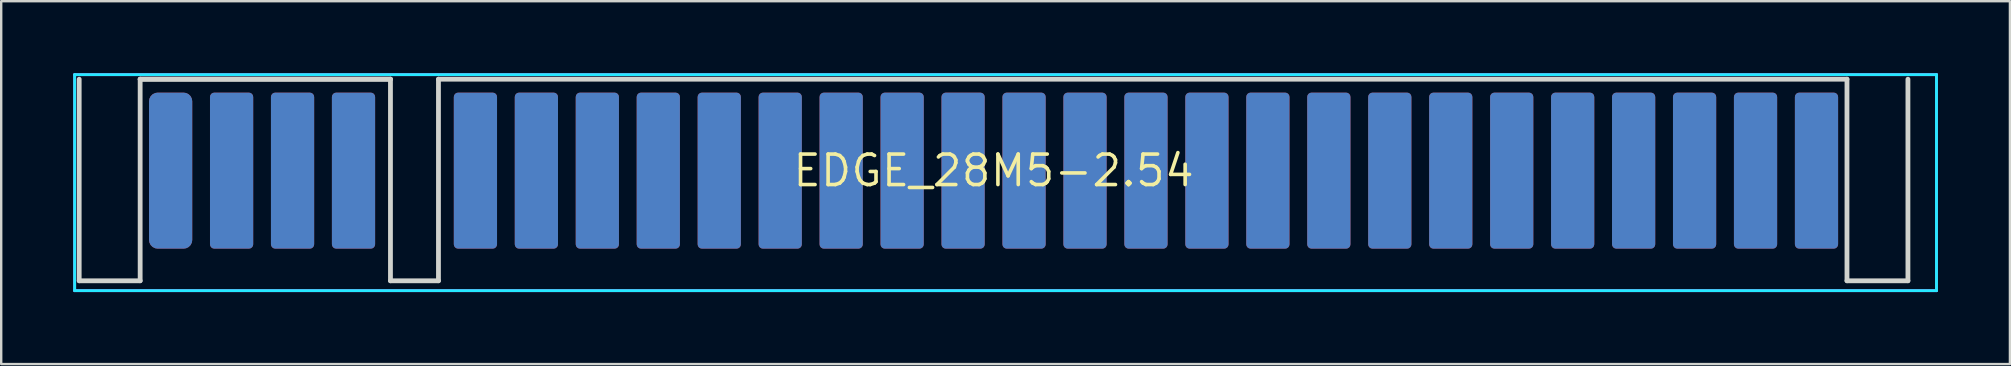
<source format=kicad_pcb>
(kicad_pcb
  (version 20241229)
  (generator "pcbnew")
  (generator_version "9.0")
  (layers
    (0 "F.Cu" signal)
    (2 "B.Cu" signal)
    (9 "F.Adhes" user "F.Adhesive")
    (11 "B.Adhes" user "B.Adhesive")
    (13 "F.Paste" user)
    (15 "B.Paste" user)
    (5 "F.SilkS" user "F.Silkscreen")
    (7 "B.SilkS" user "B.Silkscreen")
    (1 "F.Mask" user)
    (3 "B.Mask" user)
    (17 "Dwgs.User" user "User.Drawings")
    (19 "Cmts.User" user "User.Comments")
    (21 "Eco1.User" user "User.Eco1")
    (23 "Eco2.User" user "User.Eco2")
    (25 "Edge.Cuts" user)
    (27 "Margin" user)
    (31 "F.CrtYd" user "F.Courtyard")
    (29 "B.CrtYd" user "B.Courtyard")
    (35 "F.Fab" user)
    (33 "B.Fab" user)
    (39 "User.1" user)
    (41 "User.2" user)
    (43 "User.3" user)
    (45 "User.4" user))
  (footprint "EDGE_28M5-2.54"
    (layer "F.Cu")
    (at 38.35 4.06)
    (property "Reference" "EDGE_28M5-2.54" (at 0 0 0) (layer "F.SilkS") (effects (font (size 1.27 1.27) (thickness 0.15))))
    (attr through_hole)
    (fp_line (start -38.1 -3.81) (end -38.1 4.59) (stroke (width 0.2) (type solid)) (layer "Edge.Cuts"))
    (fp_line (start -38.1 4.59) (end -35.56 4.59) (stroke (width 0.2) (type solid)) (layer "Edge.Cuts"))
    (fp_line (start -35.56 -3.81) (end -25.13 -3.81) (stroke (width 0.2) (type solid)) (layer "Edge.Cuts"))
    (fp_line (start -35.56 -3.81) (end -25.13 -3.81) (stroke (width 0.2) (type solid)) (layer "Edge.Cuts"))
    (fp_line (start -35.56 4.59) (end -35.56 -3.81) (stroke (width 0.2) (type solid)) (layer "Edge.Cuts"))
    (fp_line (start -25.13 -3.81) (end -25.13 4.59) (stroke (width 0.2) (type solid)) (layer "Edge.Cuts"))
    (fp_line (start -25.13 4.59) (end -23.13 4.59) (stroke (width 0.2) (type solid)) (layer "Edge.Cuts"))
    (fp_line (start -23.13 -3.81) (end 35.56 -3.81) (stroke (width 0.2) (type solid)) (layer "Edge.Cuts"))
    (fp_line (start -23.13 4.59) (end -23.13 -3.81) (stroke (width 0.2) (type solid)) (layer "Edge.Cuts"))
    (fp_line (start 35.56 -3.81) (end 35.56 4.59) (stroke (width 0.2) (type solid)) (layer "Edge.Cuts"))
    (fp_line (start 35.56 4.59) (end 38.1 4.59) (stroke (width 0.2) (type solid)) (layer "Edge.Cuts"))
    (fp_line (start 38.1 4.59) (end 38.1 -3.81) (stroke (width 0.2) (type solid)) (layer "Edge.Cuts"))
    (fp_line (start -38.29 -4) (end 39.29 -4) (stroke (width 0.12) (type solid)) (layer "B.CrtYd"))
    (fp_line (start -38.29 5) (end -38.29 -4) (stroke (width 0.12) (type solid)) (layer "B.CrtYd"))
    (fp_line (start 39.29 -4) (end 39.29 5) (stroke (width 0.12) (type solid)) (layer "B.CrtYd"))
    (fp_line (start 39.29 5) (end -38.29 5) (stroke (width 0.12) (type solid)) (layer "B.CrtYd"))
    (fp_line (start -38.29 -4) (end 39.29 -4) (stroke (width 0.12) (type solid)) (layer "F.CrtYd"))
    (fp_line (start -38.29 5) (end -38.29 -4) (stroke (width 0.12) (type solid)) (layer "F.CrtYd"))
    (fp_line (start 39.29 -4) (end 39.29 5) (stroke (width 0.12) (type solid)) (layer "F.CrtYd"))
    (fp_line (start 39.29 5) (end -38.29 5) (stroke (width 0.12) (type solid)) (layer "F.CrtYd"))
    (pad "A1" smd roundrect (at -34.29 0) (size 1.8 6.5) (layers "B.Cu" "B.Mask" "B.Paste") (roundrect_rratio 0.2))
    (pad "A2" smd roundrect (at -31.75 0) (size 1.8 6.5) (layers "B.Cu" "B.Mask" "B.Paste") (roundrect_rratio 0.1))
    (pad "A3" smd roundrect (at -29.21 0) (size 1.8 6.5) (layers "B.Cu" "B.Mask" "B.Paste") (roundrect_rratio 0.1))
    (pad "A4" smd roundrect (at -26.67 0) (size 1.8 6.5) (layers "B.Cu" "B.Mask" "B.Paste") (roundrect_rratio 0.1))
    (pad "A6" smd roundrect (at -21.59 0) (size 1.8 6.5) (layers "B.Cu" "B.Mask" "B.Paste") (roundrect_rratio 0.1))
    (pad "A7" smd roundrect (at -19.05 0) (size 1.8 6.5) (layers "B.Cu" "B.Mask" "B.Paste") (roundrect_rratio 0.1))
    (pad "A8" smd roundrect (at -16.51 0) (size 1.8 6.5) (layers "B.Cu" "B.Mask" "B.Paste") (roundrect_rratio 0.1))
    (pad "A9" smd roundrect (at -13.97 0) (size 1.8 6.5) (layers "B.Cu" "B.Mask" "B.Paste") (roundrect_rratio 0.1))
    (pad "A10" smd roundrect (at -11.43 0) (size 1.8 6.5) (layers "B.Cu" "B.Mask" "B.Paste") (roundrect_rratio 0.1))
    (pad "A11" smd roundrect (at -8.89 0) (size 1.8 6.5) (layers "B.Cu" "B.Mask" "B.Paste") (roundrect_rratio 0.1))
    (pad "A12" smd roundrect (at -6.35 0) (size 1.8 6.5) (layers "B.Cu" "B.Mask" "B.Paste") (roundrect_rratio 0.1))
    (pad "A13" smd roundrect (at -3.81 0) (size 1.8 6.5) (layers "B.Cu" "B.Mask" "B.Paste") (roundrect_rratio 0.1))
    (pad "A14" smd roundrect (at -1.27 0) (size 1.8 6.5) (layers "B.Cu" "B.Mask" "B.Paste") (roundrect_rratio 0.1))
    (pad "A15" smd roundrect (at 1.27 0) (size 1.8 6.5) (layers "B.Cu" "B.Mask" "B.Paste") (roundrect_rratio 0.1))
    (pad "A16" smd roundrect (at 3.81 0) (size 1.8 6.5) (layers "B.Cu" "B.Mask" "B.Paste") (roundrect_rratio 0.1))
    (pad "A17" smd roundrect (at 6.35 0) (size 1.8 6.5) (layers "B.Cu" "B.Mask" "B.Paste") (roundrect_rratio 0.1))
    (pad "A18" smd roundrect (at 8.89 0) (size 1.8 6.5) (layers "B.Cu" "B.Mask" "B.Paste") (roundrect_rratio 0.1))
    (pad "A19" smd roundrect (at 11.43 0) (size 1.8 6.5) (layers "B.Cu" "B.Mask" "B.Paste") (roundrect_rratio 0.1))
    (pad "A20" smd roundrect (at 13.97 0) (size 1.8 6.5) (layers "B.Cu" "B.Mask" "B.Paste") (roundrect_rratio 0.1))
    (pad "A21" smd roundrect (at 16.51 0) (size 1.8 6.5) (layers "B.Cu" "B.Mask" "B.Paste") (roundrect_rratio 0.1))
    (pad "A22" smd roundrect (at 19.05 0) (size 1.8 6.5) (layers "B.Cu" "B.Mask" "B.Paste") (roundrect_rratio 0.1))
    (pad "A23" smd roundrect (at 21.59 0) (size 1.8 6.5) (layers "B.Cu" "B.Mask" "B.Paste") (roundrect_rratio 0.1))
    (pad "A24" smd roundrect (at 24.13 0) (size 1.8 6.5) (layers "B.Cu" "B.Mask" "B.Paste") (roundrect_rratio 0.1))
    (pad "A25" smd roundrect (at 26.67 0) (size 1.8 6.5) (layers "B.Cu" "B.Mask" "B.Paste") (roundrect_rratio 0.1))
    (pad "A26" smd roundrect (at 29.21 0) (size 1.8 6.5) (layers "B.Cu" "B.Mask" "B.Paste") (roundrect_rratio 0.1))
    (pad "A27" smd roundrect (at 31.75 0) (size 1.8 6.5) (layers "B.Cu" "B.Mask" "B.Paste") (roundrect_rratio 0.1))
    (pad "A28" smd roundrect (at 34.29 0) (size 1.8 6.5) (layers "B.Cu" "B.Mask" "B.Paste") (roundrect_rratio 0.1))
    (pad "B1" smd roundrect (at -34.29 0) (size 1.8 6.5) (layers "F.Cu" "F.Mask" "F.Paste") (roundrect_rratio 0.2))
    (pad "B2" smd roundrect (at -31.75 0) (size 1.8 6.5) (layers "F.Cu" "F.Mask" "F.Paste") (roundrect_rratio 0.1))
    (pad "B3" smd roundrect (at -29.21 0) (size 1.8 6.5) (layers "F.Cu" "F.Mask" "F.Paste") (roundrect_rratio 0.1))
    (pad "B4" smd roundrect (at -26.67 0) (size 1.8 6.5) (layers "F.Cu" "F.Mask" "F.Paste") (roundrect_rratio 0.1))
    (pad "B6" smd roundrect (at -21.59 0) (size 1.8 6.5) (layers "F.Cu" "F.Mask" "F.Paste") (roundrect_rratio 0.1))
    (pad "B7" smd roundrect (at -19.05 0) (size 1.8 6.5) (layers "F.Cu" "F.Mask" "F.Paste") (roundrect_rratio 0.1))
    (pad "B8" smd roundrect (at -16.51 0) (size 1.8 6.5) (layers "F.Cu" "F.Mask" "F.Paste") (roundrect_rratio 0.1))
    (pad "B9" smd roundrect (at -13.97 0) (size 1.8 6.5) (layers "F.Cu" "F.Mask" "F.Paste") (roundrect_rratio 0.1))
    (pad "B10" smd roundrect (at -11.43 0) (size 1.8 6.5) (layers "F.Cu" "F.Mask" "F.Paste") (roundrect_rratio 0.1))
    (pad "B11" smd roundrect (at -8.89 0) (size 1.8 6.5) (layers "F.Cu" "F.Mask" "F.Paste") (roundrect_rratio 0.1))
    (pad "B12" smd roundrect (at -6.35 0) (size 1.8 6.5) (layers "F.Cu" "F.Mask" "F.Paste") (roundrect_rratio 0.1))
    (pad "B13" smd roundrect (at -3.81 0) (size 1.8 6.5) (layers "F.Cu" "F.Mask" "F.Paste") (roundrect_rratio 0.1))
    (pad "B14" smd roundrect (at -1.27 0) (size 1.8 6.5) (layers "F.Cu" "F.Mask" "F.Paste") (roundrect_rratio 0.1))
    (pad "B15" smd roundrect (at 1.27 0) (size 1.8 6.5) (layers "F.Cu" "F.Mask" "F.Paste") (roundrect_rratio 0.1))
    (pad "B16" smd roundrect (at 3.81 0) (size 1.8 6.5) (layers "F.Cu" "F.Mask" "F.Paste") (roundrect_rratio 0.1))
    (pad "B17" smd roundrect (at 6.35 0) (size 1.8 6.5) (layers "F.Cu" "F.Mask" "F.Paste") (roundrect_rratio 0.1))
    (pad "B18" smd roundrect (at 8.89 0) (size 1.8 6.5) (layers "F.Cu" "F.Mask" "F.Paste") (roundrect_rratio 0.1))
    (pad "B19" smd roundrect (at 11.43 0) (size 1.8 6.5) (layers "F.Cu" "F.Mask" "F.Paste") (roundrect_rratio 0.1))
    (pad "B20" smd roundrect (at 13.97 0) (size 1.8 6.5) (layers "F.Cu" "F.Mask" "F.Paste") (roundrect_rratio 0.1))
    (pad "B21" smd roundrect (at 16.51 0) (size 1.8 6.5) (layers "F.Cu" "F.Mask" "F.Paste") (roundrect_rratio 0.1))
    (pad "B22" smd roundrect (at 19.05 0) (size 1.8 6.5) (layers "F.Cu" "F.Mask" "F.Paste") (roundrect_rratio 0.1))
    (pad "B23" smd roundrect (at 21.59 0) (size 1.8 6.5) (layers "F.Cu" "F.Mask" "F.Paste") (roundrect_rratio 0.1))
    (pad "B24" smd roundrect (at 24.13 0) (size 1.8 6.5) (layers "F.Cu" "F.Mask" "F.Paste") (roundrect_rratio 0.1))
    (pad "B25" smd roundrect (at 26.67 0) (size 1.8 6.5) (layers "F.Cu" "F.Mask" "F.Paste") (roundrect_rratio 0.1))
    (pad "B26" smd roundrect (at 29.21 0) (size 1.8 6.5) (layers "F.Cu" "F.Mask" "F.Paste") (roundrect_rratio 0.1))
    (pad "B27" smd roundrect (at 31.75 0) (size 1.8 6.5) (layers "F.Cu" "F.Mask" "F.Paste") (roundrect_rratio 0.1))
    (pad "B28" smd roundrect (at 34.29 0) (size 1.8 6.5) (layers "F.Cu" "F.Mask" "F.Paste") (roundrect_rratio 0.1)))
  (gr_rect
    (start -3 -3)
    (end 80.7 12.12)
    (stroke (width 0.1) (type default))
    (fill no)
    (layer "Edge.Cuts")))
</source>
